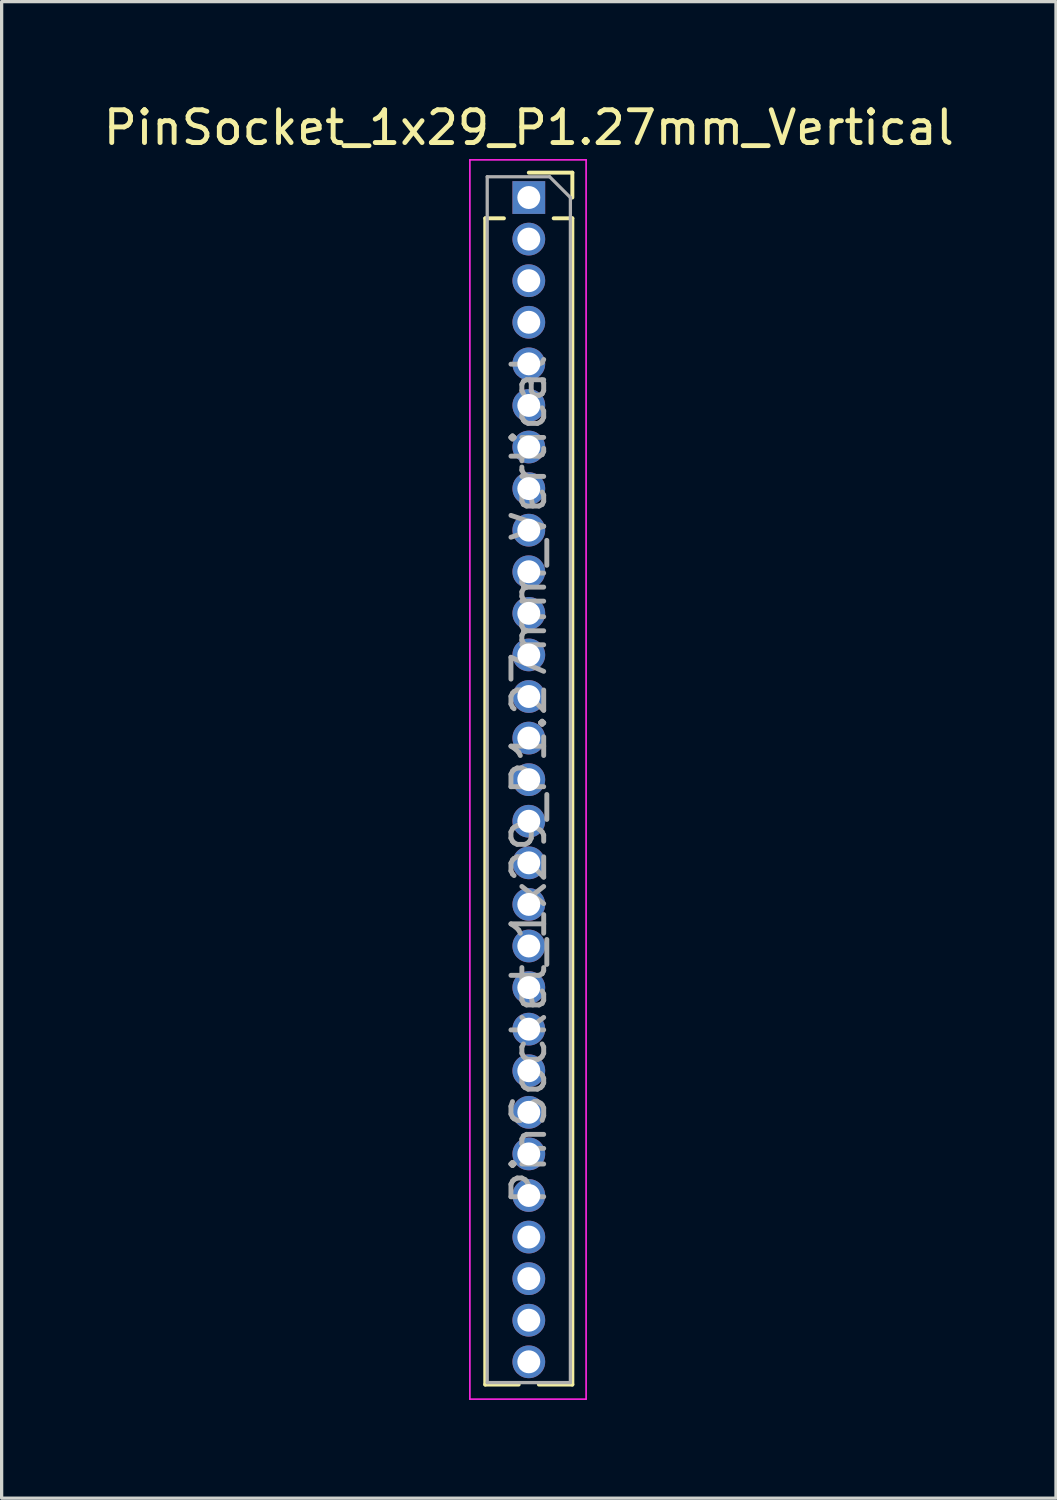
<source format=kicad_pcb>
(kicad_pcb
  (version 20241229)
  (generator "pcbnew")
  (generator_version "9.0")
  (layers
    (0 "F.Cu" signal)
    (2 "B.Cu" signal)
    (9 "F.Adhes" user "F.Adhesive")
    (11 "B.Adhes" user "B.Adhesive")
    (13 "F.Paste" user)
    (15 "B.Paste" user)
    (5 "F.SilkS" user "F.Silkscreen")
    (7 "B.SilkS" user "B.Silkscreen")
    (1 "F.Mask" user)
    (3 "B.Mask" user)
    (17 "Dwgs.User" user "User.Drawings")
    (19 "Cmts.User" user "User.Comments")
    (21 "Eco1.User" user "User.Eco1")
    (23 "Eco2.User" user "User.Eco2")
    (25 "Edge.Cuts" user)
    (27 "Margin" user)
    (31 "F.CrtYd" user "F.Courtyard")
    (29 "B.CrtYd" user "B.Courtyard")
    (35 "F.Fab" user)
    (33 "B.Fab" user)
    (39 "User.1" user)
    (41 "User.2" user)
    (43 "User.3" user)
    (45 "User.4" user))
  (footprint "PinSocket_1x29_P1.27mm_Vertical"
    (layer "F.Cu")
    (at 13.101 2.983)
    (property "Reference" "PinSocket_1x29_P1.27mm_Vertical" (at 0 -2.135 0) (layer "F.SilkS") (effects (font (size 1 1) (thickness 0.15))))
    (attr through_hole)
    (fp_line (start -1.33 0.635) (end -1.33 36.255) (stroke (width 0.12) (type solid)) (layer "F.SilkS"))
    (fp_line (start -1.33 0.635) (end -0.76 0.635) (stroke (width 0.12) (type solid)) (layer "F.SilkS"))
    (fp_line (start -1.33 36.255) (end -0.308 36.255) (stroke (width 0.12) (type solid)) (layer "F.SilkS"))
    (fp_line (start 0 -0.76) (end 1.33 -0.76) (stroke (width 0.12) (type solid)) (layer "F.SilkS"))
    (fp_line (start 0.308 36.255) (end 1.33 36.255) (stroke (width 0.12) (type solid)) (layer "F.SilkS"))
    (fp_line (start 0.76 0.635) (end 1.33 0.635) (stroke (width 0.12) (type solid)) (layer "F.SilkS"))
    (fp_line (start 1.33 -0.76) (end 1.33 0) (stroke (width 0.12) (type solid)) (layer "F.SilkS"))
    (fp_line (start 1.33 0.635) (end 1.33 36.255) (stroke (width 0.12) (type solid)) (layer "F.SilkS"))
    (fp_line (start -1.8 -1.15) (end 1.75 -1.15) (stroke (width 0.05) (type solid)) (layer "F.CrtYd"))
    (fp_line (start -1.8 36.7) (end -1.8 -1.15) (stroke (width 0.05) (type solid)) (layer "F.CrtYd"))
    (fp_line (start 1.75 -1.15) (end 1.75 36.7) (stroke (width 0.05) (type solid)) (layer "F.CrtYd"))
    (fp_line (start 1.75 36.7) (end -1.8 36.7) (stroke (width 0.05) (type solid)) (layer "F.CrtYd"))
    (fp_line (start -1.27 -0.635) (end 0.635 -0.635) (stroke (width 0.1) (type solid)) (layer "F.Fab"))
    (fp_line (start -1.27 36.195) (end -1.27 -0.635) (stroke (width 0.1) (type solid)) (layer "F.Fab"))
    (fp_line (start 0.635 -0.635) (end 1.27 0) (stroke (width 0.1) (type solid)) (layer "F.Fab"))
    (fp_line (start 1.27 0) (end 1.27 36.195) (stroke (width 0.1) (type solid)) (layer "F.Fab"))
    (fp_line (start 1.27 36.195) (end -1.27 36.195) (stroke (width 0.1) (type solid)) (layer "F.Fab"))
    (fp_text user "${REFERENCE}" (at 0 17.78 90) (layer "F.Fab") (effects (font (size 1 1) (thickness 0.15))))
    (pad "1" thru_hole rect (at 0 0) (size 1 1) (drill 0.7) (layers "*.Cu" "*.Mask"))
    (pad "2" thru_hole circle (at 0 1.27) (size 1 1) (drill 0.7) (layers "*.Cu" "*.Mask"))
    (pad "3" thru_hole circle (at 0 2.54) (size 1 1) (drill 0.7) (layers "*.Cu" "*.Mask"))
    (pad "4" thru_hole circle (at 0 3.81) (size 1 1) (drill 0.7) (layers "*.Cu" "*.Mask"))
    (pad "5" thru_hole circle (at 0 5.08) (size 1 1) (drill 0.7) (layers "*.Cu" "*.Mask"))
    (pad "6" thru_hole circle (at 0 6.35) (size 1 1) (drill 0.7) (layers "*.Cu" "*.Mask"))
    (pad "7" thru_hole circle (at 0 7.62) (size 1 1) (drill 0.7) (layers "*.Cu" "*.Mask"))
    (pad "8" thru_hole circle (at 0 8.89) (size 1 1) (drill 0.7) (layers "*.Cu" "*.Mask"))
    (pad "9" thru_hole circle (at 0 10.16) (size 1 1) (drill 0.7) (layers "*.Cu" "*.Mask"))
    (pad "10" thru_hole circle (at 0 11.43) (size 1 1) (drill 0.7) (layers "*.Cu" "*.Mask"))
    (pad "11" thru_hole circle (at 0 12.7) (size 1 1) (drill 0.7) (layers "*.Cu" "*.Mask"))
    (pad "12" thru_hole circle (at 0 13.97) (size 1 1) (drill 0.7) (layers "*.Cu" "*.Mask"))
    (pad "13" thru_hole circle (at 0 15.24) (size 1 1) (drill 0.7) (layers "*.Cu" "*.Mask"))
    (pad "14" thru_hole circle (at 0 16.51) (size 1 1) (drill 0.7) (layers "*.Cu" "*.Mask"))
    (pad "15" thru_hole circle (at 0 17.78) (size 1 1) (drill 0.7) (layers "*.Cu" "*.Mask"))
    (pad "16" thru_hole circle (at 0 19.05) (size 1 1) (drill 0.7) (layers "*.Cu" "*.Mask"))
    (pad "17" thru_hole circle (at 0 20.32) (size 1 1) (drill 0.7) (layers "*.Cu" "*.Mask"))
    (pad "18" thru_hole circle (at 0 21.59) (size 1 1) (drill 0.7) (layers "*.Cu" "*.Mask"))
    (pad "19" thru_hole circle (at 0 22.86) (size 1 1) (drill 0.7) (layers "*.Cu" "*.Mask"))
    (pad "20" thru_hole circle (at 0 24.13) (size 1 1) (drill 0.7) (layers "*.Cu" "*.Mask"))
    (pad "21" thru_hole circle (at 0 25.4) (size 1 1) (drill 0.7) (layers "*.Cu" "*.Mask"))
    (pad "22" thru_hole circle (at 0 26.67) (size 1 1) (drill 0.7) (layers "*.Cu" "*.Mask"))
    (pad "23" thru_hole circle (at 0 27.94) (size 1 1) (drill 0.7) (layers "*.Cu" "*.Mask"))
    (pad "24" thru_hole circle (at 0 29.21) (size 1 1) (drill 0.7) (layers "*.Cu" "*.Mask"))
    (pad "25" thru_hole circle (at 0 30.48) (size 1 1) (drill 0.7) (layers "*.Cu" "*.Mask"))
    (pad "26" thru_hole circle (at 0 31.75) (size 1 1) (drill 0.7) (layers "*.Cu" "*.Mask"))
    (pad "27" thru_hole circle (at 0 33.02) (size 1 1) (drill 0.7) (layers "*.Cu" "*.Mask"))
    (pad "28" thru_hole circle (at 0 34.29) (size 1 1) (drill 0.7) (layers "*.Cu" "*.Mask"))
    (pad "29" thru_hole circle (at 0 35.56) (size 1 1) (drill 0.7) (layers "*.Cu" "*.Mask")))
  (gr_rect
    (start -3 -3)
    (end 29.202 42.708)
    (stroke (width 0.1) (type default))
    (fill no)
    (layer "Edge.Cuts")))
</source>
